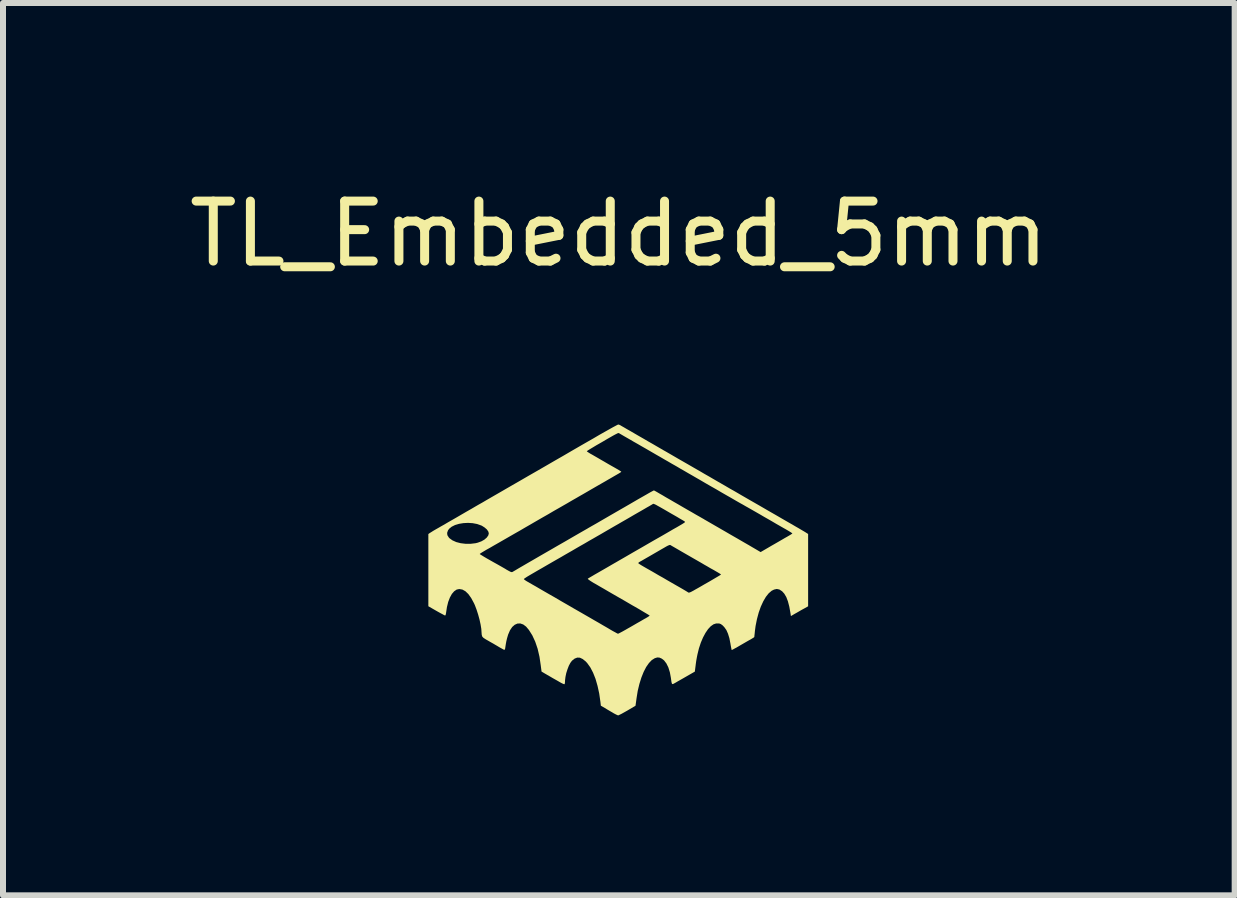
<source format=kicad_pcb>
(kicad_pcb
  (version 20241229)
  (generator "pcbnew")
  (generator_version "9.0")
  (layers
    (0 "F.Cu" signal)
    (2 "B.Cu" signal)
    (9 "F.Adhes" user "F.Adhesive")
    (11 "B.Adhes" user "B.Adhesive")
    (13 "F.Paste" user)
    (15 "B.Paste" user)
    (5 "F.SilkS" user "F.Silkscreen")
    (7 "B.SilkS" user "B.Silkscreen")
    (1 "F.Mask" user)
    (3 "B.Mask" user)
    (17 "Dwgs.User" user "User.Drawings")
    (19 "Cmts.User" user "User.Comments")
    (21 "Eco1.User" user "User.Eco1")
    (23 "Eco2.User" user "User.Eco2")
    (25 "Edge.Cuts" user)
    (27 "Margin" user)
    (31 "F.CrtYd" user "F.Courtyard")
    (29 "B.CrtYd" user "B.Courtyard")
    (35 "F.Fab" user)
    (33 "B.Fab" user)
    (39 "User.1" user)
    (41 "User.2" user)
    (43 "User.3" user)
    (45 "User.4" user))
  (footprint "TL_Embedded_5mm"
    (layer "F.Cu")
    (at 7.268 6.448)
    (property "Reference" "TL_Embedded_5mm" (at 0 -5.6 0) (unlocked yes) (layer "F.SilkS") (effects (font (size 1 1) (thickness 0.15))))
    (attr board_only exclude_from_pos_files exclude_from_bom)
    (fp_poly (pts (xy 0.009 -2.415) (xy 0.033 -2.403) (xy 0.037 -2.4) (xy 0.054 -2.39) (xy 0.086 -2.372) (xy 0.13 -2.346) (xy 0.185 -2.315) (xy 0.247 -2.279) (xy 0.314 -2.24) (xy 0.34 -2.225) (xy 0.415 -2.182) (xy 0.49 -2.138) (xy 0.564 -2.096) (xy 0.631 -2.057) (xy 0.688 -2.024) (xy 0.732 -1.999) (xy 0.736 -1.996) (xy 0.789 -1.966) (xy 0.853 -1.929) (xy 0.922 -1.889) (xy 0.989 -1.85) (xy 1.029 -1.827) (xy 1.153 -1.756) (xy 1.262 -1.693) (xy 1.356 -1.639) (xy 1.436 -1.592) (xy 1.505 -1.553) (xy 1.563 -1.519) (xy 1.613 -1.49) (xy 1.654 -1.466) (xy 1.69 -1.446) (xy 1.72 -1.428) (xy 1.748 -1.412) (xy 1.773 -1.398) (xy 1.798 -1.383) (xy 1.81 -1.376) (xy 1.858 -1.348) (xy 1.917 -1.315) (xy 1.979 -1.279) (xy 2.037 -1.245) (xy 2.042 -1.242) (xy 2.186 -1.159) (xy 2.343 -1.069) (xy 2.51 -0.972) (xy 2.559 -0.944) (xy 2.608 -0.916) (xy 2.67 -0.88) (xy 2.739 -0.84) (xy 2.81 -0.799) (xy 2.878 -0.76) (xy 2.884 -0.757) (xy 2.943 -0.722) (xy 2.999 -0.69) (xy 3.048 -0.661) (xy 3.087 -0.638) (xy 3.112 -0.623) (xy 3.118 -0.619) (xy 3.156 -0.595) (xy 3.156 0.611) (xy 3.088 0.649) (xy 3.044 0.673) (xy 2.994 0.702) (xy 2.947 0.729) (xy 2.944 0.73) (xy 2.869 0.774) (xy 2.861 0.722) (xy 2.842 0.616) (xy 2.819 0.528) (xy 2.792 0.457) (xy 2.759 0.401) (xy 2.721 0.359) (xy 2.72 0.359) (xy 2.677 0.331) (xy 2.634 0.322) (xy 2.588 0.332) (xy 2.548 0.352) (xy 2.499 0.394) (xy 2.452 0.453) (xy 2.408 0.528) (xy 2.367 0.617) (xy 2.332 0.716) (xy 2.303 0.824) (xy 2.28 0.939) (xy 2.269 1.021) (xy 2.265 1.063) (xy 2.261 1.097) (xy 2.259 1.118) (xy 2.259 1.123) (xy 2.251 1.13) (xy 2.229 1.144) (xy 2.201 1.161) (xy 2.17 1.178) (xy 2.128 1.202) (xy 2.078 1.231) (xy 2.026 1.261) (xy 2.014 1.268) (xy 1.968 1.295) (xy 1.929 1.316) (xy 1.9 1.332) (xy 1.884 1.339) (xy 1.881 1.34) (xy 1.879 1.329) (xy 1.873 1.302) (xy 1.866 1.265) (xy 1.861 1.234) (xy 1.843 1.142) (xy 1.82 1.068) (xy 1.793 1.007) (xy 1.758 0.958) (xy 1.729 0.928) (xy 1.7 0.907) (xy 1.672 0.897) (xy 1.635 0.897) (xy 1.623 0.897) (xy 1.579 0.911) (xy 1.533 0.943) (xy 1.488 0.991) (xy 1.445 1.054) (xy 1.404 1.13) (xy 1.367 1.217) (xy 1.335 1.314) (xy 1.311 1.412) (xy 1.301 1.462) (xy 1.29 1.523) (xy 1.282 1.581) (xy 1.28 1.599) (xy 1.267 1.7) (xy 1.136 1.775) (xy 1.084 1.805) (xy 1.033 1.834) (xy 0.987 1.86) (xy 0.953 1.88) (xy 0.946 1.884) (xy 0.919 1.899) (xy 0.901 1.908) (xy 0.889 1.906) (xy 0.882 1.892) (xy 0.876 1.864) (xy 0.87 1.819) (xy 0.868 1.804) (xy 0.851 1.712) (xy 0.826 1.631) (xy 0.793 1.564) (xy 0.754 1.513) (xy 0.715 1.483) (xy 0.676 1.466) (xy 0.641 1.464) (xy 0.6 1.476) (xy 0.55 1.507) (xy 0.502 1.557) (xy 0.456 1.623) (xy 0.414 1.704) (xy 0.376 1.799) (xy 0.343 1.905) (xy 0.315 2.021) (xy 0.296 2.139) (xy 0.278 2.269) (xy 0.141 2.35) (xy 0.093 2.377) (xy 0.05 2.401) (xy 0.016 2.418) (xy -0.005 2.428) (xy -0.011 2.43) (xy -0.026 2.425) (xy -0.053 2.412) (xy -0.087 2.394) (xy -0.096 2.388) (xy -0.141 2.362) (xy -0.192 2.332) (xy -0.233 2.307) (xy -0.3 2.268) (xy -0.307 2.205) (xy -0.327 2.066) (xy -0.355 1.938) (xy -0.389 1.82) (xy -0.43 1.717) (xy -0.476 1.629) (xy -0.527 1.558) (xy -0.553 1.53) (xy -0.603 1.49) (xy -0.649 1.468) (xy -0.693 1.466) (xy -0.737 1.483) (xy -0.781 1.518) (xy -0.782 1.519) (xy -0.808 1.554) (xy -0.834 1.603) (xy -0.857 1.663) (xy -0.877 1.726) (xy -0.89 1.789) (xy -0.897 1.846) (xy -0.897 1.857) (xy -0.899 1.886) (xy -0.903 1.906) (xy -0.905 1.91) (xy -0.918 1.908) (xy -0.942 1.898) (xy -0.963 1.887) (xy -0.985 1.875) (xy -1.017 1.856) (xy -1.058 1.833) (xy -1.104 1.807) (xy -1.15 1.78) (xy -1.195 1.754) (xy -1.235 1.731) (xy -1.265 1.713) (xy -1.284 1.702) (xy -1.288 1.7) (xy -1.29 1.69) (xy -1.293 1.664) (xy -1.298 1.628) (xy -1.301 1.603) (xy -1.323 1.453) (xy -1.354 1.319) (xy -1.394 1.201) (xy -1.443 1.095) (xy -1.499 1.006) (xy -1.546 0.95) (xy -1.594 0.914) (xy -1.643 0.897) (xy -1.691 0.899) (xy -1.736 0.919) (xy -1.778 0.956) (xy -1.815 1.011) (xy -1.846 1.083) (xy -1.865 1.148) (xy -1.876 1.195) (xy -1.885 1.244) (xy -1.891 1.284) (xy -1.896 1.318) (xy -1.903 1.334) (xy -1.912 1.337) (xy -1.912 1.337) (xy -1.926 1.33) (xy -1.953 1.315) (xy -1.991 1.294) (xy -2.034 1.268) (xy -2.045 1.262) (xy -2.094 1.233) (xy -2.144 1.205) (xy -2.187 1.18) (xy -2.219 1.162) (xy -2.22 1.161) (xy -2.256 1.138) (xy -2.277 1.116) (xy -2.286 1.087) (xy -2.289 1.049) (xy -2.293 0.988) (xy -2.305 0.914) (xy -2.323 0.832) (xy -2.346 0.748) (xy -2.372 0.667) (xy -2.4 0.593) (xy -2.415 0.56) (xy -2.462 0.473) (xy -2.509 0.407) (xy -2.558 0.36) (xy -2.608 0.332) (xy -2.66 0.323) (xy -2.66 0.323) (xy -2.704 0.332) (xy -2.746 0.361) (xy -2.784 0.405) (xy -2.817 0.465) (xy -2.845 0.538) (xy -2.866 0.623) (xy -2.879 0.709) (xy -2.885 0.745) (xy -2.893 0.763) (xy -2.898 0.764) (xy -2.911 0.759) (xy -2.938 0.744) (xy -2.976 0.724) (xy -3.021 0.699) (xy -3.044 0.686) (xy -3.176 0.61) (xy -3.176 0.157) (xy -1.584 0.157) (xy -1.576 0.166) (xy -1.554 0.182) (xy -1.524 0.201) (xy -1.52 0.202) (xy -1.488 0.221) (xy -1.441 0.248) (xy -1.381 0.282) (xy -1.313 0.322) (xy -1.237 0.366) (xy -1.157 0.412) (xy -1.076 0.458) (xy -1.023 0.489) (xy -0.974 0.518) (xy -0.915 0.552) (xy -0.854 0.587) (xy -0.797 0.62) (xy -0.797 0.62) (xy -0.749 0.648) (xy -0.688 0.683) (xy -0.62 0.722) (xy -0.549 0.763) (xy -0.481 0.802) (xy -0.469 0.809) (xy -0.402 0.848) (xy -0.332 0.888) (xy -0.264 0.928) (xy -0.203 0.963) (xy -0.154 0.992) (xy -0.146 0.997) (xy -0.101 1.023) (xy -0.062 1.044) (xy -0.033 1.06) (xy -0.016 1.068) (xy -0.014 1.068) (xy -0.002 1.064) (xy 0.025 1.05) (xy 0.063 1.03) (xy 0.111 1.003) (xy 0.165 0.972) (xy 0.183 0.962) (xy 0.244 0.927) (xy 0.304 0.892) (xy 0.359 0.861) (xy 0.405 0.834) (xy 0.438 0.815) (xy 0.441 0.814) (xy 0.475 0.794) (xy 0.5 0.778) (xy 0.513 0.768) (xy 0.514 0.767) (xy 0.506 0.76) (xy 0.482 0.745) (xy 0.445 0.723) (xy 0.396 0.694) (xy 0.338 0.659) (xy 0.272 0.621) (xy 0.219 0.591) (xy 0.096 0.519) (xy -0.012 0.457) (xy -0.106 0.403) (xy -0.187 0.356) (xy -0.257 0.315) (xy -0.318 0.28) (xy -0.371 0.249) (xy -0.419 0.222) (xy -0.432 0.214) (xy -0.469 0.191) (xy -0.498 0.171) (xy -0.515 0.157) (xy -0.518 0.151) (xy -0.506 0.143) (xy -0.481 0.128) (xy -0.445 0.107) (xy -0.408 0.085) (xy -0.359 0.057) (xy -0.3 0.023) (xy -0.239 -0.012) (xy -0.182 -0.045) (xy -0.182 -0.045) (xy -0.122 -0.08) (xy -0.07 -0.11) (xy 0.323 -0.11) (xy 0.331 -0.102) (xy 0.353 -0.087) (xy 0.385 -0.067) (xy 0.411 -0.052) (xy 0.454 -0.027) (xy 0.509 0.004) (xy 0.567 0.037) (xy 0.622 0.069) (xy 0.625 0.071) (xy 0.673 0.099) (xy 0.734 0.133) (xy 0.802 0.173) (xy 0.873 0.214) (xy 0.941 0.253) (xy 0.953 0.26) (xy 1.011 0.293) (xy 1.063 0.323) (xy 1.107 0.349) (xy 1.14 0.369) (xy 1.159 0.381) (xy 1.163 0.383) (xy 1.175 0.382) (xy 1.2 0.373) (xy 1.232 0.356) (xy 1.245 0.349) (xy 1.276 0.331) (xy 1.321 0.306) (xy 1.375 0.275) (xy 1.435 0.24) (xy 1.497 0.205) (xy 1.511 0.197) (xy 1.567 0.164) (xy 1.616 0.135) (xy 1.657 0.111) (xy 1.687 0.093) (xy 1.702 0.082) (xy 1.704 0.081) (xy 1.696 0.074) (xy 1.674 0.06) (xy 1.642 0.041) (xy 1.621 0.029) (xy 1.58 0.005) (xy 1.527 -0.024) (xy 1.471 -0.057) (xy 1.416 -0.088) (xy 1.412 -0.091) (xy 1.364 -0.119) (xy 1.303 -0.154) (xy 1.235 -0.193) (xy 1.164 -0.234) (xy 1.096 -0.273) (xy 1.084 -0.28) (xy 1.025 -0.314) (xy 0.972 -0.345) (xy 0.927 -0.371) (xy 0.892 -0.391) (xy 0.87 -0.404) (xy 0.865 -0.407) (xy 0.86 -0.41) (xy 0.854 -0.412) (xy 0.846 -0.411) (xy 0.834 -0.407) (xy 0.815 -0.399) (xy 0.789 -0.385) (xy 0.753 -0.364) (xy 0.704 -0.336) (xy 0.642 -0.3) (xy 0.58 -0.264) (xy 0.523 -0.231) (xy 0.469 -0.2) (xy 0.422 -0.173) (xy 0.386 -0.152) (xy 0.363 -0.139) (xy 0.36 -0.138) (xy 0.337 -0.124) (xy 0.324 -0.112) (xy 0.323 -0.11) (xy -0.07 -0.11) (xy -0.054 -0.119) (xy 0.015 -0.159) (xy 0.076 -0.194) (xy 0.238 -0.288) (xy 0.386 -0.373) (xy 0.517 -0.449) (xy 0.602 -0.498) (xy 0.655 -0.528) (xy 0.72 -0.565) (xy 0.789 -0.605) (xy 0.858 -0.645) (xy 0.902 -0.671) (xy 0.968 -0.708) (xy 1.019 -0.738) (xy 1.055 -0.759) (xy 1.08 -0.775) (xy 1.095 -0.785) (xy 1.102 -0.792) (xy 1.103 -0.797) (xy 1.1 -0.801) (xy 1.097 -0.804) (xy 1.085 -0.812) (xy 1.058 -0.828) (xy 1.018 -0.851) (xy 0.97 -0.88) (xy 0.914 -0.912) (xy 0.877 -0.933) (xy 0.798 -0.979) (xy 0.734 -1.016) (xy 0.683 -1.045) (xy 0.645 -1.066) (xy 0.617 -1.082) (xy 0.597 -1.091) (xy 0.584 -1.096) (xy 0.575 -1.098) (xy 0.569 -1.096) (xy 0.563 -1.093) (xy 0.557 -1.088) (xy 0.555 -1.087) (xy 0.539 -1.078) (xy 0.509 -1.06) (xy 0.466 -1.036) (xy 0.415 -1.006) (xy 0.358 -0.973) (xy 0.328 -0.956) (xy 0.26 -0.917) (xy 0.19 -0.876) (xy 0.121 -0.836) (xy 0.058 -0.8) (xy 0.008 -0.771) (xy 0 -0.766) (xy -0.053 -0.736) (xy -0.117 -0.699) (xy -0.186 -0.659) (xy -0.253 -0.62) (xy -0.292 -0.597) (xy -0.357 -0.56) (xy -0.426 -0.52) (xy -0.495 -0.481) (xy -0.556 -0.445) (xy -0.587 -0.427) (xy -0.649 -0.392) (xy -0.718 -0.352) (xy -0.788 -0.311) (xy -0.844 -0.279) (xy -0.898 -0.248) (xy -0.963 -0.21) (xy -1.033 -0.17) (xy -1.101 -0.131) (xy -1.139 -0.109) (xy -1.205 -0.071) (xy -1.277 -0.029) (xy -1.349 0.012) (xy -1.414 0.05) (xy -1.445 0.068) (xy -1.493 0.096) (xy -1.533 0.12) (xy -1.563 0.14) (xy -1.581 0.153) (xy -1.584 0.157) (xy -3.176 0.157) (xy -3.176 0.008) (xy -3.176 -0.261) (xy -2.319 -0.261) (xy -2.311 -0.254) (xy -2.287 -0.239) (xy -2.251 -0.217) (xy -2.204 -0.189) (xy -2.149 -0.158) (xy -2.089 -0.124) (xy -2.026 -0.089) (xy -2.012 -0.081) (xy -1.98 -0.063) (xy -1.938 -0.039) (xy -1.893 -0.013) (xy -1.876 -0.002) (xy -1.835 0.021) (xy -1.808 0.035) (xy -1.79 0.041) (xy -1.777 0.04) (xy -1.77 0.036) (xy -1.754 0.027) (xy -1.725 0.01) (xy -1.685 -0.014) (xy -1.639 -0.041) (xy -1.618 -0.053) (xy -1.527 -0.106) (xy -1.423 -0.166) (xy -1.313 -0.23) (xy -1.202 -0.294) (xy -1.096 -0.355) (xy -1.036 -0.39) (xy -0.898 -0.469) (xy -0.762 -0.548) (xy -0.632 -0.623) (xy -0.515 -0.69) (xy -0.514 -0.691) (xy -0.455 -0.725) (xy -0.386 -0.764) (xy -0.317 -0.804) (xy -0.257 -0.839) (xy -0.2 -0.872) (xy -0.138 -0.908) (xy -0.079 -0.942) (xy -0.029 -0.971) (xy -0.025 -0.973) (xy 0.03 -1.005) (xy 0.098 -1.044) (xy 0.174 -1.088) (xy 0.253 -1.134) (xy 0.332 -1.18) (xy 0.406 -1.222) (xy 0.469 -1.258) (xy 0.493 -1.272) (xy 0.53 -1.293) (xy 0.56 -1.309) (xy 0.58 -1.319) (xy 0.584 -1.321) (xy 0.596 -1.316) (xy 0.62 -1.303) (xy 0.651 -1.285) (xy 0.656 -1.282) (xy 0.685 -1.265) (xy 0.729 -1.24) (xy 0.784 -1.207) (xy 0.849 -1.17) (xy 0.921 -1.128) (xy 0.996 -1.085) (xy 1.073 -1.04) (xy 1.149 -0.996) (xy 1.221 -0.955) (xy 1.286 -0.917) (xy 1.343 -0.885) (xy 1.388 -0.859) (xy 1.418 -0.842) (xy 1.422 -0.839) (xy 1.441 -0.828) (xy 1.474 -0.809) (xy 1.519 -0.783) (xy 1.571 -0.753) (xy 1.628 -0.72) (xy 1.644 -0.711) (xy 1.711 -0.672) (xy 1.784 -0.63) (xy 1.856 -0.588) (xy 1.922 -0.55) (xy 1.971 -0.522) (xy 2.033 -0.486) (xy 2.102 -0.446) (xy 2.17 -0.407) (xy 2.229 -0.372) (xy 2.238 -0.367) (xy 2.364 -0.293) (xy 2.4 -0.314) (xy 2.417 -0.324) (xy 2.448 -0.342) (xy 2.491 -0.367) (xy 2.542 -0.397) (xy 2.598 -0.429) (xy 2.657 -0.463) (xy 2.714 -0.496) (xy 2.767 -0.527) (xy 2.813 -0.553) (xy 2.849 -0.574) (xy 2.866 -0.584) (xy 2.885 -0.597) (xy 2.894 -0.605) (xy 2.894 -0.605) (xy 2.885 -0.611) (xy 2.863 -0.626) (xy 2.828 -0.647) (xy 2.784 -0.673) (xy 2.75 -0.692) (xy 2.694 -0.724) (xy 2.626 -0.763) (xy 2.553 -0.806) (xy 2.48 -0.848) (xy 2.42 -0.882) (xy 2.359 -0.918) (xy 2.298 -0.953) (xy 2.242 -0.985) (xy 2.195 -1.012) (xy 2.161 -1.031) (xy 2.158 -1.033) (xy 2.115 -1.057) (xy 2.072 -1.082) (xy 2.036 -1.102) (xy 2.032 -1.104) (xy 2.011 -1.116) (xy 1.974 -1.137) (xy 1.924 -1.166) (xy 1.862 -1.202) (xy 1.79 -1.243) (xy 1.71 -1.289) (xy 1.625 -1.339) (xy 1.535 -1.39) (xy 1.443 -1.443) (xy 1.351 -1.497) (xy 1.283 -1.536) (xy 1.221 -1.572) (xy 1.151 -1.612) (xy 1.081 -1.653) (xy 1.019 -1.688) (xy 1.018 -1.689) (xy 0.957 -1.725) (xy 0.886 -1.765) (xy 0.816 -1.806) (xy 0.756 -1.84) (xy 0.695 -1.876) (xy 0.625 -1.916) (xy 0.556 -1.956) (xy 0.497 -1.99) (xy 0.444 -2.021) (xy 0.379 -2.058) (xy 0.31 -2.098) (xy 0.241 -2.137) (xy 0.197 -2.163) (xy 0.143 -2.194) (xy 0.094 -2.222) (xy 0.053 -2.246) (xy 0.024 -2.263) (xy 0.009 -2.272) (xy 0.008 -2.272) (xy 0.003 -2.276) (xy -0.002 -2.277) (xy -0.009 -2.277) (xy -0.02 -2.274) (xy -0.036 -2.266) (xy -0.06 -2.254) (xy -0.093 -2.236) (xy -0.137 -2.211) (xy -0.193 -2.179) (xy -0.264 -2.137) (xy -0.316 -2.107) (xy -0.376 -2.073) (xy -0.429 -2.041) (xy -0.474 -2.014) (xy -0.508 -1.993) (xy -0.529 -1.979) (xy -0.534 -1.974) (xy -0.526 -1.967) (xy -0.504 -1.952) (xy -0.472 -1.932) (xy -0.446 -1.918) (xy -0.403 -1.893) (xy -0.349 -1.862) (xy -0.291 -1.828) (xy -0.235 -1.796) (xy -0.232 -1.794) (xy -0.179 -1.763) (xy -0.125 -1.732) (xy -0.075 -1.704) (xy -0.037 -1.682) (xy -0.033 -1.68) (xy 0.001 -1.66) (xy 0.026 -1.644) (xy 0.039 -1.635) (xy 0.04 -1.633) (xy 0.04 -1.631) (xy 0.037 -1.628) (xy 0.03 -1.623) (xy 0.017 -1.614) (xy -0.005 -1.601) (xy -0.038 -1.582) (xy -0.083 -1.556) (xy -0.143 -1.521) (xy -0.166 -1.508) (xy -0.231 -1.47) (xy -0.301 -1.43) (xy -0.369 -1.391) (xy -0.431 -1.355) (xy -0.466 -1.335) (xy -0.526 -1.3) (xy -0.595 -1.26) (xy -0.665 -1.22) (xy -0.727 -1.184) (xy -0.729 -1.183) (xy -0.79 -1.148) (xy -0.853 -1.111) (xy -0.921 -1.072) (xy -0.996 -1.029) (xy -1.082 -0.98) (xy -1.179 -0.923) (xy -1.281 -0.865) (xy -1.345 -0.828) (xy -1.414 -0.788) (xy -1.481 -0.749) (xy -1.542 -0.714) (xy -1.573 -0.696) (xy -1.641 -0.656) (xy -1.722 -0.61) (xy -1.811 -0.559) (xy -1.903 -0.506) (xy -1.995 -0.453) (xy -2.081 -0.404) (xy -2.157 -0.36) (xy -2.206 -0.333) (xy -2.248 -0.308) (xy -2.283 -0.287) (xy -2.308 -0.271) (xy -2.319 -0.262) (xy -2.319 -0.261) (xy -3.176 -0.261) (xy -3.176 -0.594) (xy -3.149 -0.613) (xy -2.863 -0.613) (xy -2.859 -0.575) (xy -2.836 -0.538) (xy -2.825 -0.525) (xy -2.775 -0.489) (xy -2.711 -0.46) (xy -2.637 -0.441) (xy -2.555 -0.431) (xy -2.471 -0.431) (xy -2.388 -0.441) (xy -2.352 -0.45) (xy -2.292 -0.472) (xy -2.241 -0.501) (xy -2.202 -0.535) (xy -2.176 -0.572) (xy -2.168 -0.606) (xy -2.177 -0.637) (xy -2.201 -0.671) (xy -2.238 -0.703) (xy -2.282 -0.731) (xy -2.295 -0.737) (xy -2.363 -0.761) (xy -2.437 -0.775) (xy -2.514 -0.78) (xy -2.591 -0.776) (xy -2.664 -0.764) (xy -2.731 -0.744) (xy -2.787 -0.716) (xy -2.829 -0.682) (xy -2.849 -0.654) (xy -2.863 -0.613) (xy -3.149 -0.613) (xy -3.149 -0.613) (xy -3.126 -0.627) (xy -3.093 -0.648) (xy -3.055 -0.67) (xy -3.05 -0.673) (xy -3.011 -0.695) (xy -2.961 -0.724) (xy -2.909 -0.753) (xy -2.879 -0.771) (xy -2.84 -0.794) (xy -2.796 -0.819) (xy -2.747 -0.847) (xy -2.69 -0.88) (xy -2.623 -0.919) (xy -2.544 -0.965) (xy -2.451 -1.018) (xy -2.39 -1.054) (xy -2.338 -1.084) (xy -2.274 -1.12) (xy -2.206 -1.16) (xy -2.137 -1.2) (xy -2.092 -1.226) (xy -1.96 -1.302) (xy -1.815 -1.386) (xy -1.662 -1.474) (xy -1.505 -1.565) (xy -1.348 -1.655) (xy -1.22 -1.729) (xy -1.07 -1.816) (xy -0.922 -1.901) (xy -0.773 -1.988) (xy -0.614 -2.08) (xy -0.539 -2.123) (xy -0.42 -2.191) (xy -0.318 -2.251) (xy -0.231 -2.3) (xy -0.16 -2.34) (xy -0.103 -2.372) (xy -0.06 -2.395) (xy -0.03 -2.411) (xy -0.013 -2.419) (xy -0.009 -2.42)) (stroke (width 0) (type solid)) (fill yes) (layer "F.SilkS")))
  (gr_rect
    (start -3 -3)
    (end 17.536 11.878)
    (stroke (width 0.1) (type default))
    (fill no)
    (layer "Edge.Cuts")))
</source>
